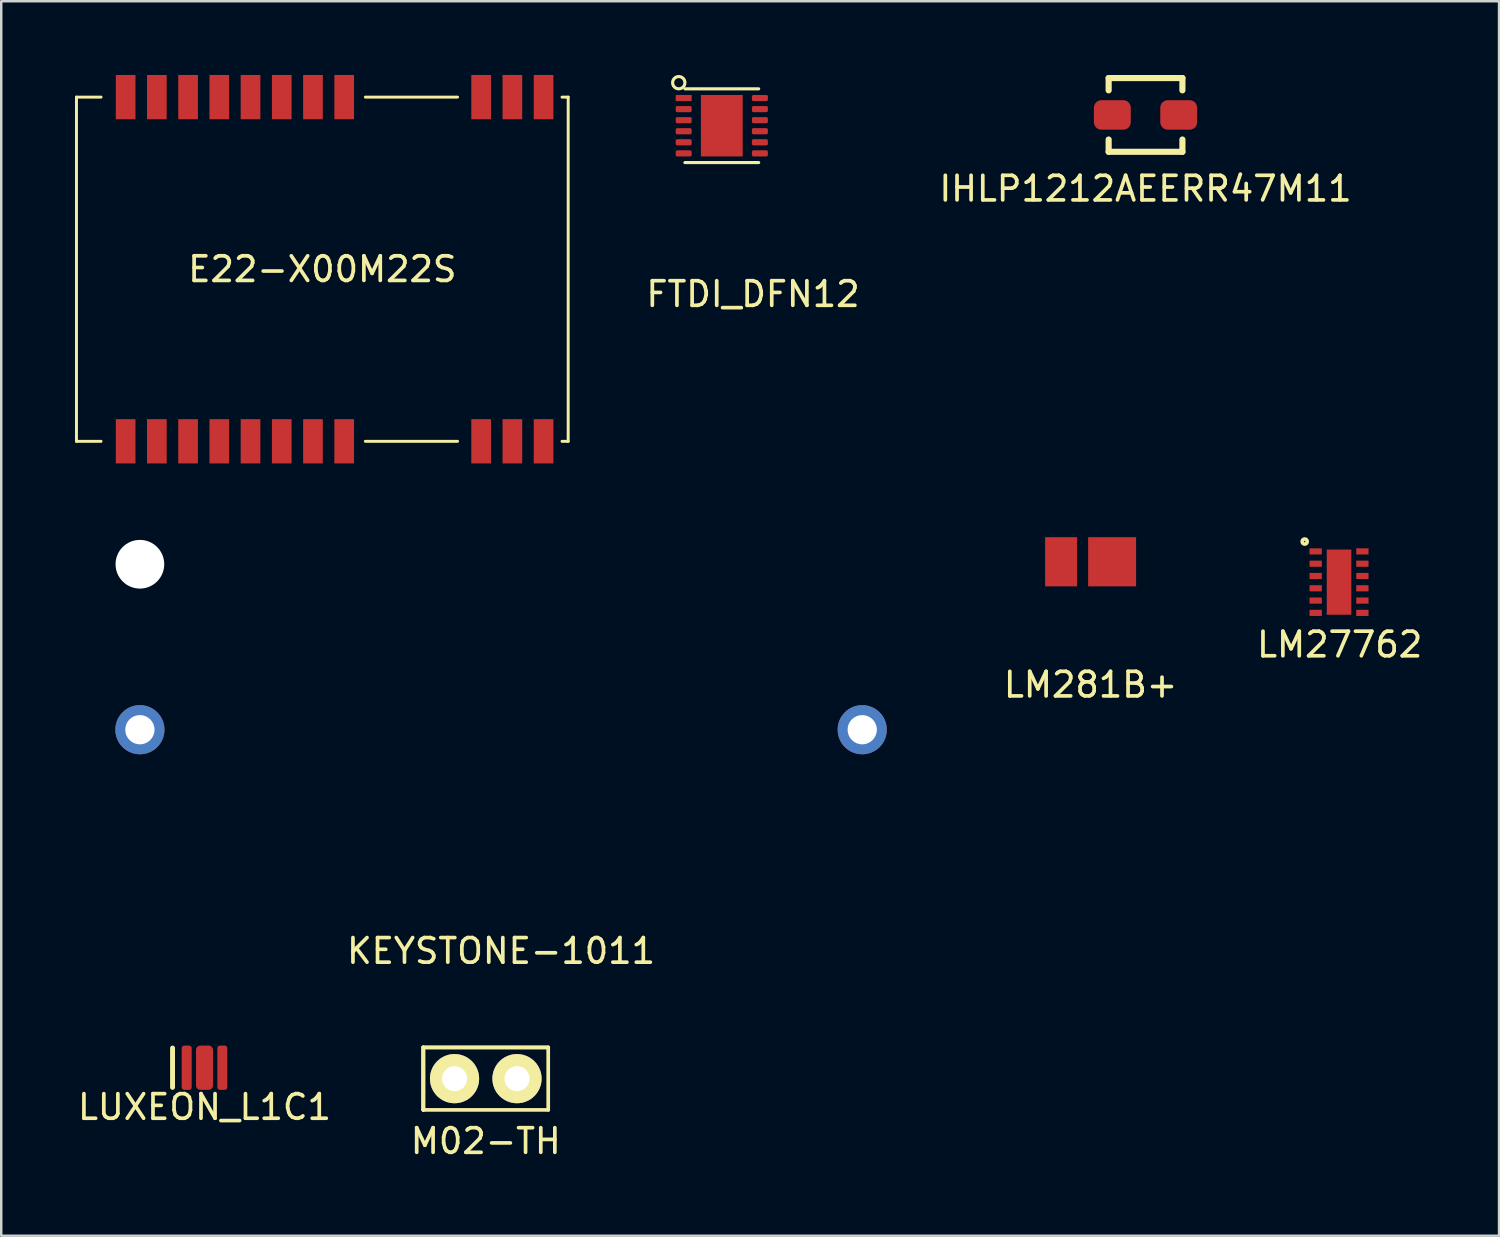
<source format=kicad_pcb>
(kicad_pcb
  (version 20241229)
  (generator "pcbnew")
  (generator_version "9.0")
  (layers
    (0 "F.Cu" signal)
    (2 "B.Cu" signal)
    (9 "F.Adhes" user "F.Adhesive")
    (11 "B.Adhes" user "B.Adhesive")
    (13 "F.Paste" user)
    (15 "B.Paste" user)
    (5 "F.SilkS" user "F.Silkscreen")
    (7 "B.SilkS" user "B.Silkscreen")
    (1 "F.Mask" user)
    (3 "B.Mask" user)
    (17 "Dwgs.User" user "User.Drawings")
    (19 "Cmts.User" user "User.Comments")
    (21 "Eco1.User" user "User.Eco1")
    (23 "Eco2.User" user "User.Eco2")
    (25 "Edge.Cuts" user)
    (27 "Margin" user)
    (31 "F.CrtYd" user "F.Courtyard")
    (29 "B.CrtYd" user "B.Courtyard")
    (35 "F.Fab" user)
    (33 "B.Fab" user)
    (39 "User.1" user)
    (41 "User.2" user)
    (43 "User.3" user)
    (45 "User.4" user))
  (footprint "LUXEON_L1C1"
    (layer "F.Cu")
    (at 5.268 40.378)
    (property "Reference" "LUXEON_L1C1" (at 0 1.6 0) (layer "F.SilkS") (effects (font (size 1 1) (thickness 0.15))))
    (attr through_hole)
    (fp_line (start -1.3 0.8) (end -1.3 -0.8) (stroke (width 0.2) (type solid)) (layer "F.SilkS"))
    (pad "" smd roundrect (at -0.725 0) (size 0.25 1.7) (layers "F.Paste") (roundrect_rratio 0.25))
    (pad "" smd roundrect (at 0 0) (size 0.5 1.7) (layers "F.Paste") (roundrect_rratio 0.25))
    (pad "" smd roundrect (at 0 0) (size 0.69 1.8) (layers "F.Cu" "F.Mask") (roundrect_rratio 0.25))
    (pad "" smd roundrect (at 0.725 0) (size 0.25 1.7) (layers "F.Paste") (roundrect_rratio 0.25))
    (pad "1" smd roundrect (at -0.725 0) (size 0.405 1.8) (layers "F.Cu" "F.Mask") (roundrect_rratio 0.25))
    (pad "2" smd roundrect (at 0.725 0) (size 0.405 1.8) (layers "F.Cu" "F.Mask") (roundrect_rratio 0.25)))
  (footprint "E22-X00M22S"
    (layer "F.Cu")
    (at 19.06 0.9)
    (property "Reference" "E22-X00M22S" (at -9 7 180) (layer "F.SilkS") (effects (font (size 1 1) (thickness 0.15))))
    (attr through_hole)
    (fp_line (start -19 0) (end -18 0) (stroke (width 0.12) (type solid)) (layer "F.SilkS"))
    (fp_line (start -19 14) (end -19 0) (stroke (width 0.12) (type solid)) (layer "F.SilkS"))
    (fp_line (start -19 14) (end -18 14) (stroke (width 0.12) (type solid)) (layer "F.SilkS"))
    (fp_line (start -7.25 0) (end -3.5 0) (stroke (width 0.12) (type solid)) (layer "F.SilkS"))
    (fp_line (start -7.25 14) (end -3.5 14) (stroke (width 0.12) (type solid)) (layer "F.SilkS"))
    (fp_line (start 0.75 0) (end 1 0) (stroke (width 0.12) (type solid)) (layer "F.SilkS"))
    (fp_line (start 0.75 14) (end 1 14) (stroke (width 0.12) (type solid)) (layer "F.SilkS"))
    (fp_line (start 1 0) (end 1 14) (stroke (width 0.12) (type solid)) (layer "F.SilkS"))
    (pad "1" smd rect (at 0 0) (size 0.8 1.8) (layers "F.Cu" "F.Mask" "F.Paste"))
    (pad "2" smd rect (at -1.27 0) (size 0.8 1.8) (layers "F.Cu" "F.Mask" "F.Paste"))
    (pad "3" smd rect (at -2.54 0) (size 0.8 1.8) (layers "F.Cu" "F.Mask" "F.Paste"))
    (pad "4" smd rect (at -8.11 0) (size 0.8 1.8) (layers "F.Cu" "F.Mask" "F.Paste"))
    (pad "5" smd rect (at -9.38 0) (size 0.8 1.8) (layers "F.Cu" "F.Mask" "F.Paste"))
    (pad "6" smd rect (at -10.65 0) (size 0.8 1.8) (layers "F.Cu" "F.Mask" "F.Paste"))
    (pad "7" smd rect (at -11.92 0) (size 0.8 1.8) (layers "F.Cu" "F.Mask" "F.Paste"))
    (pad "8" smd rect (at -13.19 0) (size 0.8 1.8) (layers "F.Cu" "F.Mask" "F.Paste"))
    (pad "9" smd rect (at -14.46 0) (size 0.8 1.8) (layers "F.Cu" "F.Mask" "F.Paste"))
    (pad "10" smd rect (at -15.73 0) (size 0.8 1.8) (layers "F.Cu" "F.Mask" "F.Paste"))
    (pad "11" smd rect (at -17 0) (size 0.8 1.8) (layers "F.Cu" "F.Mask" "F.Paste"))
    (pad "12" smd rect (at -17 14) (size 0.8 1.8) (layers "F.Cu" "F.Mask" "F.Paste"))
    (pad "13" smd rect (at -15.73 14) (size 0.8 1.8) (layers "F.Cu" "F.Mask" "F.Paste"))
    (pad "14" smd rect (at -14.46 14) (size 0.8 1.8) (layers "F.Cu" "F.Mask" "F.Paste"))
    (pad "15" smd rect (at -13.19 14) (size 0.8 1.8) (layers "F.Cu" "F.Mask" "F.Paste"))
    (pad "16" smd rect (at -11.92 14) (size 0.8 1.8) (layers "F.Cu" "F.Mask" "F.Paste"))
    (pad "17" smd rect (at -10.65 14) (size 0.8 1.8) (layers "F.Cu" "F.Mask" "F.Paste"))
    (pad "18" smd rect (at -9.38 14) (size 0.8 1.8) (layers "F.Cu" "F.Mask" "F.Paste"))
    (pad "19" smd rect (at -8.11 14) (size 0.8 1.8) (layers "F.Cu" "F.Mask" "F.Paste"))
    (pad "20" smd rect (at -2.54 14) (size 0.8 1.8) (layers "F.Cu" "F.Mask" "F.Paste"))
    (pad "21" smd rect (at -1.27 14) (size 0.8 1.8) (layers "F.Cu" "F.Mask" "F.Paste"))
    (pad "22" smd rect (at 0 14) (size 0.8 1.8) (layers "F.Cu" "F.Mask" "F.Paste")))
  (footprint "LM27762"
    (layer "F.Cu")
    (at 51.414 20.628)
    (property "Reference" "LM27762" (at 0.025 2.54 0) (layer "F.SilkS") (effects (font (size 1 1) (thickness 0.15))))
    (attr through_hole)
    (fp_circle (center -1.397 -1.651) (end -1.295 -1.651) (stroke (width 0.15) (type solid)) (fill no) (layer "F.SilkS"))
    (pad "1" smd rect (at -0.95 -1.25) (size 0.5 0.25) (layers "F.Cu" "F.Mask" "F.Paste"))
    (pad "2" smd rect (at -0.95 -0.75) (size 0.5 0.25) (layers "F.Cu" "F.Mask" "F.Paste"))
    (pad "3" smd rect (at -0.95 -0.25) (size 0.5 0.25) (layers "F.Cu" "F.Mask" "F.Paste"))
    (pad "4" smd rect (at -0.95 0.25) (size 0.5 0.25) (layers "F.Cu" "F.Mask" "F.Paste"))
    (pad "4" smd rect (at 0 0) (size 1 2.65) (layers "F.Cu" "F.Mask" "F.Paste"))
    (pad "5" smd rect (at -0.95 0.75) (size 0.5 0.25) (layers "F.Cu" "F.Mask" "F.Paste"))
    (pad "6" smd rect (at -0.95 1.25) (size 0.5 0.25) (layers "F.Cu" "F.Mask" "F.Paste"))
    (pad "7" smd rect (at 0.95 1.25) (size 0.5 0.25) (layers "F.Cu" "F.Mask" "F.Paste"))
    (pad "8" smd rect (at 0.95 0.75) (size 0.5 0.25) (layers "F.Cu" "F.Mask" "F.Paste"))
    (pad "9" smd rect (at 0.95 0.25) (size 0.5 0.25) (layers "F.Cu" "F.Mask" "F.Paste"))
    (pad "10" smd rect (at 0.95 -0.25) (size 0.5 0.25) (layers "F.Cu" "F.Mask" "F.Paste"))
    (pad "11" smd rect (at 0.95 -0.75) (size 0.5 0.25) (layers "F.Cu" "F.Mask" "F.Paste"))
    (pad "12" smd rect (at 0.95 -1.25) (size 0.5 0.25) (layers "F.Cu" "F.Mask" "F.Paste")))
  (footprint "LM281B+"
    (layer "F.Cu")
    (at 41.309 19.8)
    (property "Reference" "LM281B+" (at 0 5 0) (layer "F.SilkS") (effects (font (size 1 1) (thickness 0.15))))
    (attr through_hole)
    (pad "1" smd rect (at 0.875 0) (size 1.95 2) (layers "F.Cu" "F.Mask" "F.Paste"))
    (pad "2" smd rect (at -1.2 0) (size 1.3 2) (layers "F.Cu" "F.Mask" "F.Paste")))
  (footprint "M02-TH"
    (layer "F.Cu")
    (at 15.438 40.823)
    (property "Reference" "M02-TH" (at 1.27 2.54 0) (layer "F.SilkS") (effects (font (size 1 1) (thickness 0.15))))
    (attr through_hole)
    (fp_line (start -1.27 -1.27) (end -1.27 1.27) (stroke (width 0.15) (type solid)) (layer "F.SilkS"))
    (fp_line (start -1.27 -1.27) (end 3.81 -1.27) (stroke (width 0.15) (type solid)) (layer "F.SilkS"))
    (fp_line (start -1.27 -1.27) (end 3.81 -1.27) (stroke (width 0.15) (type solid)) (layer "F.SilkS"))
    (fp_line (start -1.27 1.27) (end -1.27 -1.27) (stroke (width 0.15) (type solid)) (layer "F.SilkS"))
    (fp_line (start -1.27 1.27) (end -1.27 -1.27) (stroke (width 0.15) (type solid)) (layer "F.SilkS"))
    (fp_line (start 3.81 -1.27) (end 3.81 1.27) (stroke (width 0.15) (type solid)) (layer "F.SilkS"))
    (fp_line (start 3.81 1.27) (end -1.27 1.27) (stroke (width 0.15) (type solid)) (layer "F.SilkS"))
    (pad "1" thru_hole circle (at 0 0) (size 2 2) (drill 1.02) (layers "*.Cu" "*.Mask" "F.SilkS"))
    (pad "2" thru_hole circle (at 2.54 0) (size 2 2) (drill 1.02) (layers "*.Cu" "*.Mask" "F.SilkS")))
  (footprint "FTDI_DFN12"
    (layer "F.Cu")
    (at 26.308 2.063)
    (property "Reference" "FTDI_DFN12" (at 1.27 6.85 0) (layer "F.SilkS") (effects (font (size 1 1) (thickness 0.15))))
    (attr through_hole)
    (fp_line (start -1.5 -1.5) (end 1.5 -1.5) (stroke (width 0.127) (type solid)) (layer "F.SilkS"))
    (fp_line (start 1.5 1.5) (end -1.5 1.5) (stroke (width 0.127) (type solid)) (layer "F.SilkS"))
    (fp_circle (center -1.75 -1.75) (end -1.5 -1.75) (stroke (width 0.127) (type solid)) (fill no) (layer "F.SilkS"))
    (pad "1" smd rect (at -1.55 -1.125) (size 0.65 0.25) (layers "F.Cu" "F.Mask" "F.Paste"))
    (pad "2" smd roundrect (at -1.55 -0.675) (size 0.65 0.25) (layers "F.Cu" "F.Mask" "F.Paste") (roundrect_rratio 0.25))
    (pad "3" smd roundrect (at -1.55 -0.225) (size 0.65 0.25) (layers "F.Cu" "F.Mask" "F.Paste") (roundrect_rratio 0.25))
    (pad "4" smd roundrect (at -1.55 0.225) (size 0.65 0.25) (layers "F.Cu" "F.Mask" "F.Paste") (roundrect_rratio 0.25))
    (pad "5" smd roundrect (at -1.55 0.675) (size 0.65 0.25) (layers "F.Cu" "F.Mask" "F.Paste") (roundrect_rratio 0.25))
    (pad "5" smd rect (at 0 0) (size 1.7 2.5) (layers "F.Cu" "F.Mask" "F.Paste"))
    (pad "6" smd roundrect (at -1.55 1.125) (size 0.65 0.25) (layers "F.Cu" "F.Mask" "F.Paste") (roundrect_rratio 0.25))
    (pad "7" smd roundrect (at 1.55 1.125) (size 0.65 0.25) (layers "F.Cu" "F.Mask" "F.Paste") (roundrect_rratio 0.25))
    (pad "8" smd roundrect (at 1.55 0.675) (size 0.65 0.25) (layers "F.Cu" "F.Mask" "F.Paste") (roundrect_rratio 0.25))
    (pad "9" smd roundrect (at 1.55 0.225) (size 0.65 0.25) (layers "F.Cu" "F.Mask" "F.Paste") (roundrect_rratio 0.25))
    (pad "10" smd roundrect (at 1.55 -0.225) (size 0.65 0.25) (layers "F.Cu" "F.Mask" "F.Paste") (roundrect_rratio 0.25))
    (pad "11" smd roundrect (at 1.55 -0.675) (size 0.65 0.25) (layers "F.Cu" "F.Mask" "F.Paste") (roundrect_rratio 0.25))
    (pad "12" smd roundrect (at 1.55 -1.125) (size 0.65 0.25) (layers "F.Cu" "F.Mask" "F.Paste") (roundrect_rratio 0.25)))
  (footprint "IHLP1212AEERR47M11"
    (layer "F.Cu")
    (at 43.543 1.625)
    (property "Reference" "IHLP1212AEERR47M11" (at 0 3 0) (layer "F.SilkS") (effects (font (size 1 1) (thickness 0.15))))
    (attr through_hole)
    (fp_line (start -1.5 -1.5) (end -1.5 -1) (stroke (width 0.25) (type solid)) (layer "F.SilkS"))
    (fp_line (start -1.5 1.5) (end -1.5 1) (stroke (width 0.25) (type solid)) (layer "F.SilkS"))
    (fp_line (start 1.5 -1.5) (end -1.5 -1.5) (stroke (width 0.25) (type solid)) (layer "F.SilkS"))
    (fp_line (start 1.5 -1.5) (end 1.5 -1) (stroke (width 0.25) (type solid)) (layer "F.SilkS"))
    (fp_line (start 1.5 1.5) (end -1.5 1.5) (stroke (width 0.25) (type solid)) (layer "F.SilkS"))
    (fp_line (start 1.5 1.5) (end 1.5 1) (stroke (width 0.25) (type solid)) (layer "F.SilkS"))
    (pad "1" smd roundrect (at -1.35 0) (size 1.5 1.2) (layers "F.Cu" "F.Mask" "F.Paste") (roundrect_rratio 0.25))
    (pad "2" smd roundrect (at 1.35 0) (size 1.5 1.2) (layers "F.Cu" "F.Mask" "F.Paste") (roundrect_rratio 0.25)))
  (footprint "KEYSTONE-1011"
    (layer "F.Cu")
    (at 17.33 26.63)
    (property "Reference" "KEYSTONE-1011" (at 0 9 0) (layer "F.SilkS") (effects (font (size 1 1) (thickness 0.15))))
    (attr through_hole)
    (fp_line (start -17.27 -7.77) (end -17.27 7.77) (stroke (width 0.12) (type solid)) (layer "Eco1.User"))
    (fp_line (start -17.27 7.77) (end 17.27 7.77) (stroke (width 0.12) (type solid)) (layer "Eco1.User"))
    (fp_line (start -13 0) (end -12 0) (stroke (width 0.12) (type solid)) (layer "Eco1.User"))
    (fp_line (start -12.5 -0.5) (end -12.5 0.5) (stroke (width 0.12) (type solid)) (layer "Eco1.User"))
    (fp_line (start 17.27 -7.77) (end -17.27 -7.77) (stroke (width 0.12) (type solid)) (layer "Eco1.User"))
    (fp_line (start 17.27 7.77) (end 17.27 -7.77) (stroke (width 0.12) (type solid)) (layer "Eco1.User"))
    (pad "" np_thru_hole circle (at -14.69 -6.73) (size 1.98 1.98) (drill 1.98) (layers "*.Cu" "*.Mask"))
    (pad "1" thru_hole circle (at -14.69 0) (size 2 2) (drill 1.19) (layers "*.Cu" "*.Mask"))
    (pad "2" thru_hole circle (at 14.69 0) (size 2 2) (drill 1.19) (layers "*.Cu" "*.Mask")))
  (gr_rect
    (start -3 -3)
    (end 57.922 47.212)
    (stroke (width 0.1) (type default))
    (fill no)
    (layer "Edge.Cuts")))
</source>
